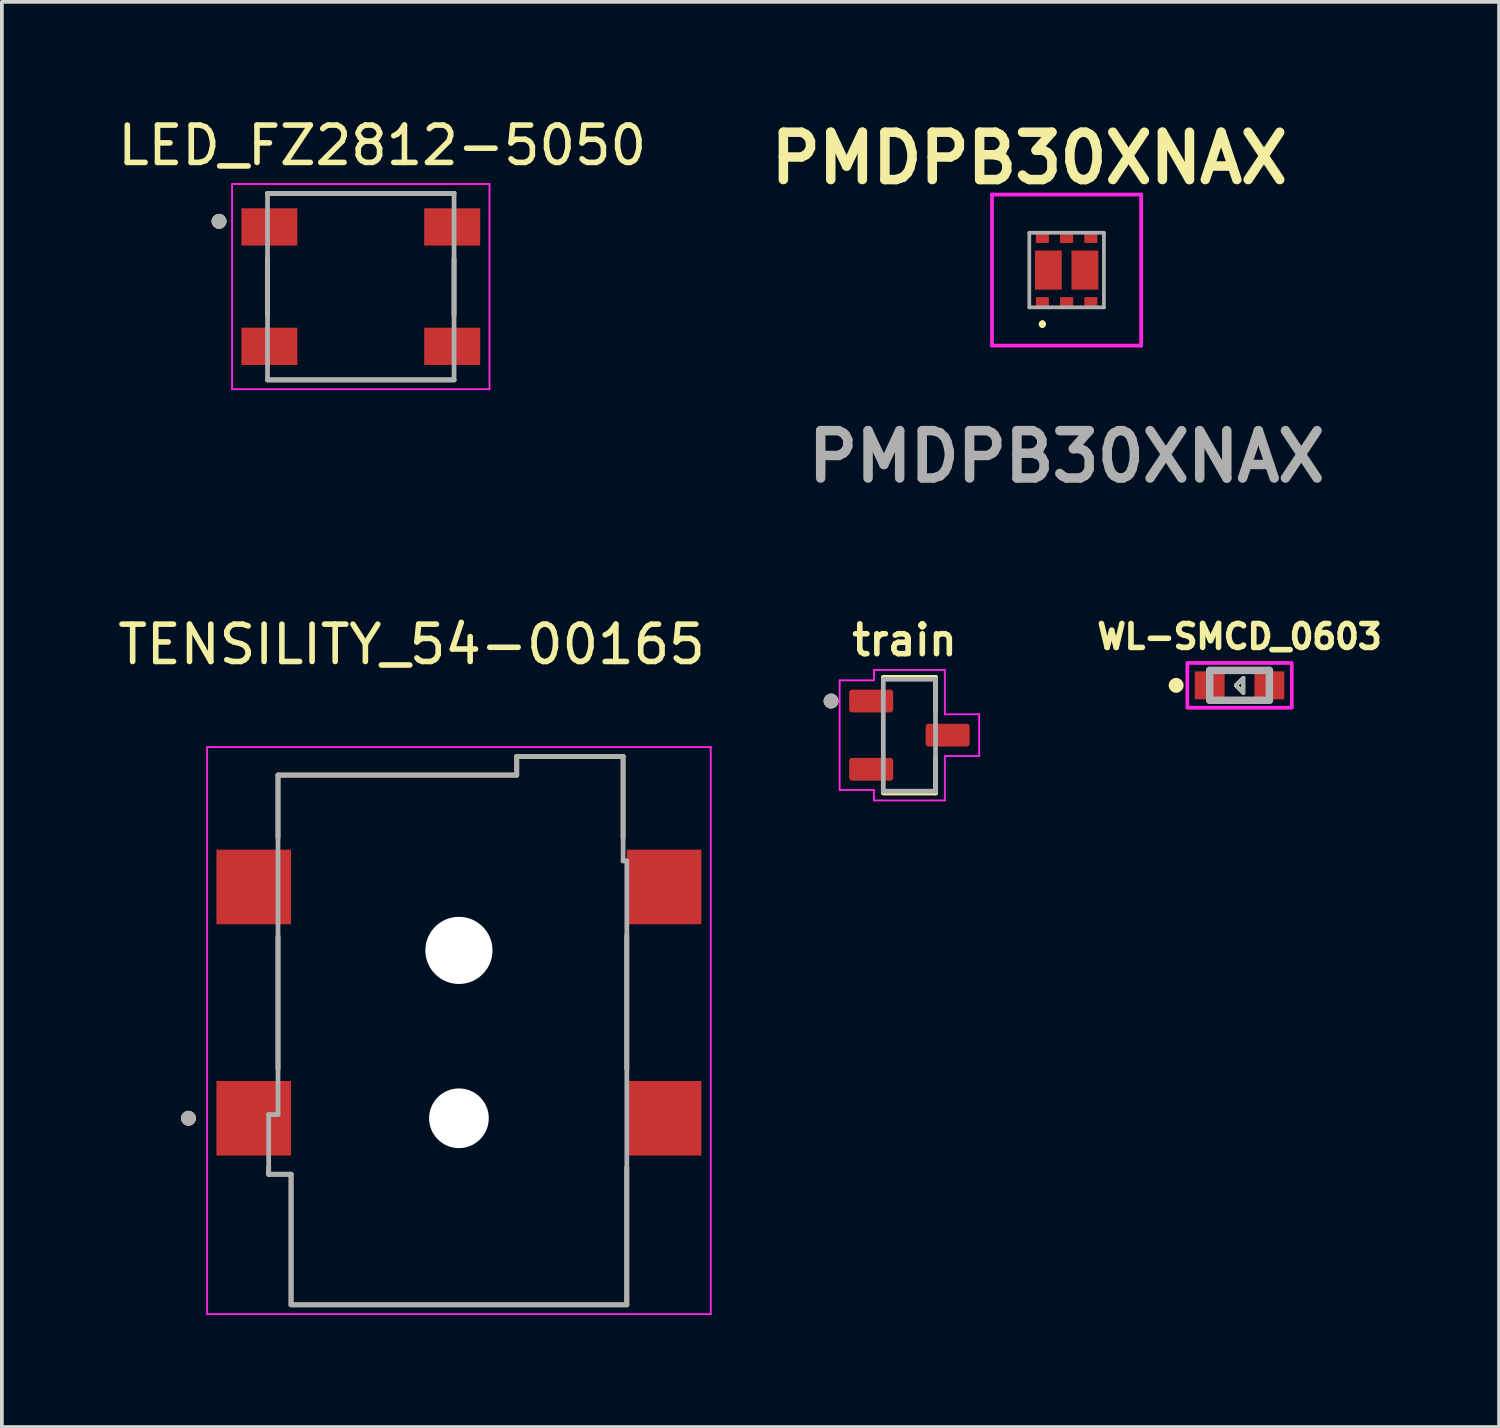
<source format=kicad_pcb>
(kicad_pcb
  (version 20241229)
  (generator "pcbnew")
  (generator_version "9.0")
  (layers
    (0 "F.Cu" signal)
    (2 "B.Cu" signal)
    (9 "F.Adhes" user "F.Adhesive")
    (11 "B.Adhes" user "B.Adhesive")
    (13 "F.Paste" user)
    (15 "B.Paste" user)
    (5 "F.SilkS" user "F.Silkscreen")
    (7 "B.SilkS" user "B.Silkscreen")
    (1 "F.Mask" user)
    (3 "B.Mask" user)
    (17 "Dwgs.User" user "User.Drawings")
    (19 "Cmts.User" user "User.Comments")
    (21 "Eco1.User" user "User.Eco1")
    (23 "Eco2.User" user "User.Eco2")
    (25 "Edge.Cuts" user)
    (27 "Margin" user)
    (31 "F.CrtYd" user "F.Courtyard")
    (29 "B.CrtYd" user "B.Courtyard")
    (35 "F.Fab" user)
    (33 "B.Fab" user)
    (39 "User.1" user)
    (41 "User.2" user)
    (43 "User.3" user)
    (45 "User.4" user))
  (footprint "LED_FZ2812-5050"
    (layer "F.Cu")
    (at 6.621 4.633)
    (property "Reference" "LED_FZ2812-5050" (at 0.575 -3.785 0) (layer "F.SilkS") (effects (font (size 1 1) (thickness 0.15))))
    (attr smd)
    (fp_line (start -2.5 -2.5) (end 2.5 -2.5) (stroke (width 0.127) (type solid)) (layer "F.SilkS"))
    (fp_line (start -2.5 0.75) (end -2.5 -0.75) (stroke (width 0.127) (type solid)) (layer "F.SilkS"))
    (fp_line (start -2.5 2.5) (end 2.5 2.5) (stroke (width 0.127) (type solid)) (layer "F.SilkS"))
    (fp_line (start 2.5 -0.75) (end 2.5 0.75) (stroke (width 0.127) (type solid)) (layer "F.SilkS"))
    (fp_circle (center -3.8 -1.75) (end -3.7 -1.75) (stroke (width 0.2) (type solid)) (fill no) (layer "F.SilkS"))
    (fp_line (start -3.45 -2.75) (end 3.45 -2.75) (stroke (width 0.05) (type solid)) (layer "F.CrtYd"))
    (fp_line (start -3.45 2.75) (end -3.45 -2.75) (stroke (width 0.05) (type solid)) (layer "F.CrtYd"))
    (fp_line (start 3.45 -2.75) (end 3.45 2.75) (stroke (width 0.05) (type solid)) (layer "F.CrtYd"))
    (fp_line (start 3.45 2.75) (end -3.45 2.75) (stroke (width 0.05) (type solid)) (layer "F.CrtYd"))
    (fp_line (start -2.5 -2.5) (end 2.5 -2.5) (stroke (width 0.127) (type solid)) (layer "F.Fab"))
    (fp_line (start -2.5 2.5) (end -2.5 -2.5) (stroke (width 0.127) (type solid)) (layer "F.Fab"))
    (fp_line (start 2.5 -2.5) (end 2.5 2.5) (stroke (width 0.127) (type solid)) (layer "F.Fab"))
    (fp_line (start 2.5 2.5) (end -2.5 2.5) (stroke (width 0.127) (type solid)) (layer "F.Fab"))
    (fp_circle (center -3.8 -1.75) (end -3.7 -1.75) (stroke (width 0.2) (type solid)) (fill no) (layer "F.Fab"))
    (pad "1" smd rect (at -2.45 -1.6) (size 1.5 1) (layers "F.Cu" "F.Mask" "F.Paste"))
    (pad "2" smd rect (at -2.45 1.6) (size 1.5 1) (layers "F.Cu" "F.Mask" "F.Paste"))
    (pad "3" smd rect (at 2.45 1.6) (size 1.5 1) (layers "F.Cu" "F.Mask" "F.Paste"))
    (pad "4" smd rect (at 2.45 -1.6) (size 1.5 1) (layers "F.Cu" "F.Mask" "F.Paste")))
  (footprint "train"
    (layer "F.Cu")
    (at 21.327 16.657)
    (property "Reference" "train" (at -0.13 -2.548 0) (layer "F.SilkS") (effects (font (size 0.8 0.8) (thickness 0.15))))
    (attr smd)
    (fp_line (start -0.7 -1.55) (end 0.7 -1.55) (stroke (width 0.127) (type solid)) (layer "F.SilkS"))
    (fp_line (start 0.7 -1.55) (end 0.7 -0.63) (stroke (width 0.127) (type solid)) (layer "F.SilkS"))
    (fp_line (start 0.7 0.63) (end 0.7 1.55) (stroke (width 0.127) (type solid)) (layer "F.SilkS"))
    (fp_line (start 0.7 1.55) (end -0.7 1.55) (stroke (width 0.127) (type solid)) (layer "F.SilkS"))
    (fp_circle (center -2.1 -0.915) (end -2 -0.915) (stroke (width 0.2) (type solid)) (fill no) (layer "F.SilkS"))
    (fp_line (start -1.87 -1.47) (end -0.95 -1.47) (stroke (width 0.05) (type solid)) (layer "F.CrtYd"))
    (fp_line (start -1.87 1.47) (end -1.87 -1.47) (stroke (width 0.05) (type solid)) (layer "F.CrtYd"))
    (fp_line (start -0.95 -1.75) (end 0.95 -1.75) (stroke (width 0.05) (type solid)) (layer "F.CrtYd"))
    (fp_line (start -0.95 -1.47) (end -0.95 -1.75) (stroke (width 0.05) (type solid)) (layer "F.CrtYd"))
    (fp_line (start -0.95 1.47) (end -1.87 1.47) (stroke (width 0.05) (type solid)) (layer "F.CrtYd"))
    (fp_line (start -0.95 1.75) (end -0.95 1.47) (stroke (width 0.05) (type solid)) (layer "F.CrtYd"))
    (fp_line (start 0.95 -1.75) (end 0.95 -0.56) (stroke (width 0.05) (type solid)) (layer "F.CrtYd"))
    (fp_line (start 0.95 -0.56) (end 1.87 -0.56) (stroke (width 0.05) (type solid)) (layer "F.CrtYd"))
    (fp_line (start 0.95 0.56) (end 0.95 1.75) (stroke (width 0.05) (type solid)) (layer "F.CrtYd"))
    (fp_line (start 0.95 1.75) (end -0.95 1.75) (stroke (width 0.05) (type solid)) (layer "F.CrtYd"))
    (fp_line (start 1.87 -0.56) (end 1.87 0.56) (stroke (width 0.05) (type solid)) (layer "F.CrtYd"))
    (fp_line (start 1.87 0.56) (end 0.95 0.56) (stroke (width 0.05) (type solid)) (layer "F.CrtYd"))
    (fp_line (start -0.7 -1.5) (end 0.7 -1.5) (stroke (width 0.127) (type solid)) (layer "F.Fab"))
    (fp_line (start -0.7 1.5) (end -0.7 -1.5) (stroke (width 0.127) (type solid)) (layer "F.Fab"))
    (fp_line (start 0.7 -1.5) (end 0.7 1.5) (stroke (width 0.127) (type solid)) (layer "F.Fab"))
    (fp_line (start 0.7 1.5) (end -0.7 1.5) (stroke (width 0.127) (type solid)) (layer "F.Fab"))
    (fp_circle (center -2.1 -0.915) (end -2 -0.915) (stroke (width 0.2) (type solid)) (fill no) (layer "F.Fab"))
    (pad "1" smd roundrect (at -1.025 -0.915) (size 1.18 0.61) (layers "F.Cu" "F.Mask" "F.Paste") (roundrect_rratio 0.125))
    (pad "2" smd roundrect (at -1.025 0.915) (size 1.18 0.61) (layers "F.Cu" "F.Mask" "F.Paste") (roundrect_rratio 0.125))
    (pad "3" smd roundrect (at 1.025 0) (size 1.18 0.61) (layers "F.Cu" "F.Mask" "F.Paste") (roundrect_rratio 0.125)))
  (footprint "PMDPB30XNAX"
    (layer "F.Cu")
    (at 25.541 4.189)
    (property "Reference" "PMDPB30XNAX" (at -1 -3 0) (layer "F.SilkS") (effects (font (size 1.27 1.27) (thickness 0.254))))
    (attr smd)
    (fp_line (start -0.65 1.4) (end -0.65 1.4) (stroke (width 0.1) (type solid)) (layer "F.SilkS"))
    (fp_line (start -0.65 1.5) (end -0.65 1.5) (stroke (width 0.1) (type solid)) (layer "F.SilkS"))
    (fp_arc (start -0.65 1.4) (mid -0.6 1.45) (end -0.65 1.5) (stroke (width 0.1) (type solid)) (layer "F.SilkS"))
    (fp_arc (start -0.65 1.5) (mid -0.7 1.45) (end -0.65 1.4) (stroke (width 0.1) (type solid)) (layer "F.SilkS"))
    (fp_line (start -2 -2.025) (end 2 -2.025) (stroke (width 0.1) (type solid)) (layer "F.CrtYd"))
    (fp_line (start -2 2.025) (end -2 -2.025) (stroke (width 0.1) (type solid)) (layer "F.CrtYd"))
    (fp_line (start 2 -2.025) (end 2 2.025) (stroke (width 0.1) (type solid)) (layer "F.CrtYd"))
    (fp_line (start 2 2.025) (end -2 2.025) (stroke (width 0.1) (type solid)) (layer "F.CrtYd"))
    (fp_line (start -1 -1) (end -1 1) (stroke (width 0.1) (type solid)) (layer "F.Fab"))
    (fp_line (start -1 1) (end 1 1) (stroke (width 0.1) (type solid)) (layer "F.Fab"))
    (fp_line (start 1 -1) (end -1 -1) (stroke (width 0.1) (type solid)) (layer "F.Fab"))
    (fp_line (start 1 1) (end 1 -1) (stroke (width 0.1) (type solid)) (layer "F.Fab"))
    (fp_text user "${REFERENCE}" (at 0 5 0) (layer "F.Fab") (effects (font (size 1.27 1.27) (thickness 0.254))))
    (pad "1" smd rect (at -0.65 0.875 90) (size 0.3 0.35) (layers "F.Cu" "F.Mask" "F.Paste"))
    (pad "2" smd rect (at 0 0.875 90) (size 0.3 0.35) (layers "F.Cu" "F.Mask" "F.Paste"))
    (pad "3" smd rect (at 0.65 0.875 90) (size 0.3 0.35) (layers "F.Cu" "F.Mask" "F.Paste"))
    (pad "4" smd rect (at 0.65 -0.875 90) (size 0.3 0.35) (layers "F.Cu" "F.Mask" "F.Paste"))
    (pad "5" smd rect (at 0 -0.875 90) (size 0.3 0.35) (layers "F.Cu" "F.Mask" "F.Paste"))
    (pad "6" smd rect (at -0.65 -0.875 90) (size 0.3 0.35) (layers "F.Cu" "F.Mask" "F.Paste"))
    (pad "7" smd rect (at -0.49 0) (size 0.72 1.05) (layers "F.Cu" "F.Mask" "F.Paste"))
    (pad "8" smd rect (at 0.49 0) (size 0.72 1.05) (layers "F.Cu" "F.Mask" "F.Paste")))
  (footprint "TENSILITY_54-00165"
    (layer "F.Cu")
    (at 9.252 24.676)
    (property "Reference" "TENSILITY_54-00165" (at -1.27 -10.45 0) (layer "F.SilkS") (effects (font (size 1 1) (thickness 0.15))))
    (attr smd)
    (fp_line (start -5.1 3.75) (end -5.1 3.57) (stroke (width 0.127) (type solid)) (layer "F.SilkS"))
    (fp_line (start -5.1 3.75) (end -4.5 3.75) (stroke (width 0.127) (type solid)) (layer "F.SilkS"))
    (fp_line (start -4.85 -6.95) (end 1.55 -6.95) (stroke (width 0.127) (type solid)) (layer "F.SilkS"))
    (fp_line (start -4.85 -5.27) (end -4.85 -6.95) (stroke (width 0.127) (type solid)) (layer "F.SilkS"))
    (fp_line (start -4.85 -2.63) (end -4.85 0.93) (stroke (width 0.127) (type solid)) (layer "F.SilkS"))
    (fp_line (start -4.5 7.25) (end -4.5 3.75) (stroke (width 0.127) (type solid)) (layer "F.SilkS"))
    (fp_line (start -4.5 7.25) (end 4.5 7.25) (stroke (width 0.127) (type solid)) (layer "F.SilkS"))
    (fp_line (start 1.55 -7.45) (end 1.55 -6.95) (stroke (width 0.127) (type solid)) (layer "F.SilkS"))
    (fp_line (start 1.55 -7.45) (end 4.4 -7.45) (stroke (width 0.127) (type solid)) (layer "F.SilkS"))
    (fp_line (start 4.4 -7.45) (end 4.4 -5.27) (stroke (width 0.127) (type solid)) (layer "F.SilkS"))
    (fp_line (start 4.5 -2.63) (end 4.5 0.93) (stroke (width 0.127) (type solid)) (layer "F.SilkS"))
    (fp_line (start 4.5 7.25) (end 4.5 3.57) (stroke (width 0.127) (type solid)) (layer "F.SilkS"))
    (fp_circle (center -7.25 2.25) (end -7.15 2.25) (stroke (width 0.2) (type solid)) (fill no) (layer "F.SilkS"))
    (fp_line (start -6.75 -7.7) (end -6.75 7.5) (stroke (width 0.05) (type solid)) (layer "F.CrtYd"))
    (fp_line (start -6.75 7.5) (end 6.75 7.5) (stroke (width 0.05) (type solid)) (layer "F.CrtYd"))
    (fp_line (start 6.75 -7.7) (end -6.75 -7.7) (stroke (width 0.05) (type solid)) (layer "F.CrtYd"))
    (fp_line (start 6.75 7.5) (end 6.75 -7.7) (stroke (width 0.05) (type solid)) (layer "F.CrtYd"))
    (fp_line (start -5.1 2.15) (end -5.1 3.75) (stroke (width 0.127) (type solid)) (layer "F.Fab"))
    (fp_line (start -5.1 2.15) (end -4.85 2.15) (stroke (width 0.127) (type solid)) (layer "F.Fab"))
    (fp_line (start -5.1 3.75) (end -4.5 3.75) (stroke (width 0.127) (type solid)) (layer "F.Fab"))
    (fp_line (start -4.85 -6.95) (end 1.55 -6.95) (stroke (width 0.127) (type solid)) (layer "F.Fab"))
    (fp_line (start -4.85 2.15) (end -4.85 -6.95) (stroke (width 0.127) (type solid)) (layer "F.Fab"))
    (fp_line (start -4.5 7.25) (end -4.5 3.75) (stroke (width 0.127) (type solid)) (layer "F.Fab"))
    (fp_line (start -4.5 7.25) (end 4.5 7.25) (stroke (width 0.127) (type solid)) (layer "F.Fab"))
    (fp_line (start 1.55 -7.45) (end 1.55 -6.95) (stroke (width 0.127) (type solid)) (layer "F.Fab"))
    (fp_line (start 1.55 -7.45) (end 4.4 -7.45) (stroke (width 0.127) (type solid)) (layer "F.Fab"))
    (fp_line (start 4.4 -7.45) (end 4.4 -4.65) (stroke (width 0.127) (type solid)) (layer "F.Fab"))
    (fp_line (start 4.4 -4.65) (end 4.5 -4.65) (stroke (width 0.127) (type solid)) (layer "F.Fab"))
    (fp_line (start 4.5 7.25) (end 4.5 -4.65) (stroke (width 0.127) (type solid)) (layer "F.Fab"))
    (fp_circle (center -7.25 2.25) (end -7.15 2.25) (stroke (width 0.2) (type solid)) (fill no) (layer "F.Fab"))
    (pad "" np_thru_hole circle (at 0 -2.25) (size 1.8 1.8) (drill 1.8) (layers "*.Cu" "*.Mask"))
    (pad "" np_thru_hole circle (at 0 2.25) (size 1.6 1.6) (drill 1.6) (layers "*.Cu" "*.Mask"))
    (pad "A1" smd rect (at -5.5 2.25) (size 2 2) (layers "F.Cu" "F.Mask" "F.Paste"))
    (pad "A2" smd rect (at -5.5 -3.95) (size 2 2) (layers "F.Cu" "F.Mask" "F.Paste"))
    (pad "B" smd rect (at 5.5 2.25) (size 2 2) (layers "F.Cu" "F.Mask" "F.Paste"))
    (pad "C" smd rect (at 5.5 -3.95) (size 2 2) (layers "F.Cu" "F.Mask" "F.Paste")))
  (footprint "WL-SMCD_0603"
    (layer "F.Cu")
    (at 30.177 15.321)
    (property "Reference" "WL-SMCD_0603" (at 0 -1.306 0) (layer "F.SilkS") (effects (font (size 0.64 0.64) (thickness 0.15))))
    (attr smd)
    (fp_line (start -0.1 0) (end 0.1 -0.2) (stroke (width 0.1) (type solid)) (layer "F.SilkS"))
    (fp_line (start -0.1 0) (end 0.1 -0.2) (stroke (width 0.1) (type solid)) (layer "F.SilkS"))
    (fp_line (start 0.1 -0.2) (end 0.1 0.2) (stroke (width 0.1) (type solid)) (layer "F.SilkS"))
    (fp_line (start 0.1 -0.2) (end 0.1 0.2) (stroke (width 0.1) (type solid)) (layer "F.SilkS"))
    (fp_line (start 0.1 0.2) (end -0.1 0) (stroke (width 0.1) (type solid)) (layer "F.SilkS"))
    (fp_line (start 0.1 0.2) (end -0.1 0) (stroke (width 0.1) (type solid)) (layer "F.SilkS"))
    (fp_circle (center -1.7 0) (end -1.6 0) (stroke (width 0.2) (type solid)) (fill no) (layer "F.SilkS"))
    (fp_poly (pts (xy -1.4 -0.6) (xy 1.4 -0.6) (xy 1.4 0.6) (xy -1.4 0.6)) (stroke (width 0.1) (type solid)) (fill no) (layer "F.CrtYd"))
    (fp_line (start -0.8 -0.4) (end 0.8 -0.4) (stroke (width 0.2) (type solid)) (layer "F.Fab"))
    (fp_line (start -0.8 0.4) (end -0.8 -0.4) (stroke (width 0.2) (type solid)) (layer "F.Fab"))
    (fp_line (start -0.1 0) (end 0.1 -0.2) (stroke (width 0.1) (type solid)) (layer "F.Fab"))
    (fp_line (start 0.1 -0.2) (end 0.1 0.2) (stroke (width 0.1) (type solid)) (layer "F.Fab"))
    (fp_line (start 0.1 0.2) (end -0.1 0) (stroke (width 0.1) (type solid)) (layer "F.Fab"))
    (fp_line (start 0.8 -0.4) (end 0.8 0.4) (stroke (width 0.2) (type solid)) (layer "F.Fab"))
    (fp_line (start 0.8 0.4) (end -0.8 0.4) (stroke (width 0.2) (type solid)) (layer "F.Fab"))
    (pad "1" smd rect (at -0.8 0) (size 0.8 0.75) (layers "F.Cu" "F.Mask" "F.Paste"))
    (pad "2" smd rect (at 0.8 0) (size 0.8 0.75) (layers "F.Cu" "F.Mask" "F.Paste")))
  (gr_rect
    (start -3 -3)
    (end 37.133 35.201)
    (stroke (width 0.1) (type default))
    (fill no)
    (layer "Edge.Cuts")))
</source>
